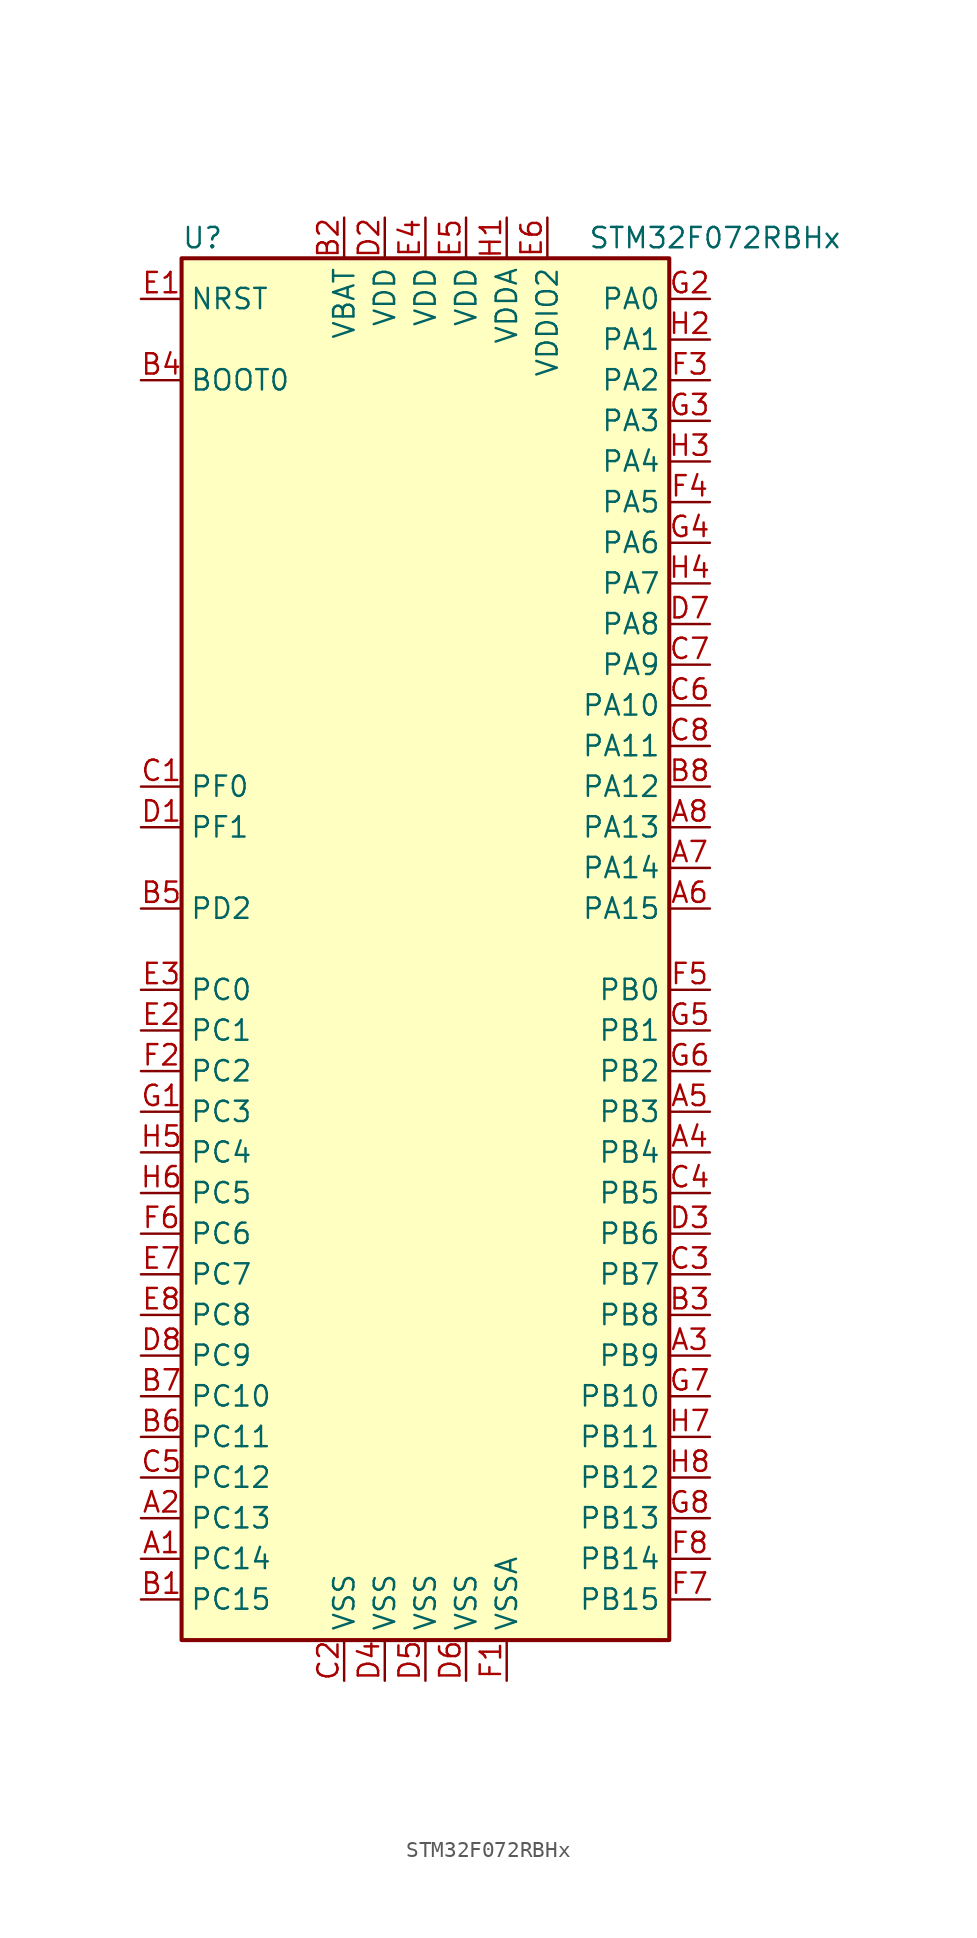
<source format=kicad_sym>
(kicad_symbol_lib
  (version 20201005)
  (generator kicad_symbol_editor)
  (symbol "STM32F072RBHx"
    (property "Reference" "U"
      (at -15.24 44.45 0)
      (effects (font (size 1.27 1.27)) (justify left)))
    (property "Value" "STM32F072RBHx"
      (at 10.16 44.45 0)
      (effects (font (size 1.27 1.27)) (justify left)))
    (symbol "STM32F072RBHx_0_1"
      (rectangle (start -15.24 -43.18) (end 15.24 43.18) (stroke (width 0.254)) (fill (type background))))
    (symbol "STM32F072RBHx_1_1"
      (pin bidirectional line (at -17.78 -38.1 0) (length 2.54) (name "PC14" (effects (font (size 1.27 1.27)))) (number "A1" (effects (font (size 1.27 1.27)))))
      (pin bidirectional line (at -17.78 -35.56 0) (length 2.54) (name "PC13" (effects (font (size 1.27 1.27)))) (number "A2" (effects (font (size 1.27 1.27)))))
      (pin bidirectional line (at 17.78 -25.4 180) (length 2.54) (name "PB9" (effects (font (size 1.27 1.27)))) (number "A3" (effects (font (size 1.27 1.27)))))
      (pin bidirectional line (at 17.78 -12.7 180) (length 2.54) (name "PB4" (effects (font (size 1.27 1.27)))) (number "A4" (effects (font (size 1.27 1.27)))))
      (pin bidirectional line (at 17.78 -10.16 180) (length 2.54) (name "PB3" (effects (font (size 1.27 1.27)))) (number "A5" (effects (font (size 1.27 1.27)))))
      (pin bidirectional line (at 17.78 2.54 180) (length 2.54) (name "PA15" (effects (font (size 1.27 1.27)))) (number "A6" (effects (font (size 1.27 1.27)))))
      (pin bidirectional line (at 17.78 5.08 180) (length 2.54) (name "PA14" (effects (font (size 1.27 1.27)))) (number "A7" (effects (font (size 1.27 1.27)))))
      (pin bidirectional line (at 17.78 7.62 180) (length 2.54) (name "PA13" (effects (font (size 1.27 1.27)))) (number "A8" (effects (font (size 1.27 1.27)))))
      (pin bidirectional line (at -17.78 -40.64 0) (length 2.54) (name "PC15" (effects (font (size 1.27 1.27)))) (number "B1" (effects (font (size 1.27 1.27)))))
      (pin power_in line (at -5.08 45.72 270) (length 2.54) (name "VBAT" (effects (font (size 1.27 1.27)))) (number "B2" (effects (font (size 1.27 1.27)))))
      (pin bidirectional line (at 17.78 -22.86 180) (length 2.54) (name "PB8" (effects (font (size 1.27 1.27)))) (number "B3" (effects (font (size 1.27 1.27)))))
      (pin input line (at -17.78 35.56 0) (length 2.54) (name "BOOT0" (effects (font (size 1.27 1.27)))) (number "B4" (effects (font (size 1.27 1.27)))))
      (pin bidirectional line (at -17.78 2.54 0) (length 2.54) (name "PD2" (effects (font (size 1.27 1.27)))) (number "B5" (effects (font (size 1.27 1.27)))))
      (pin bidirectional line (at -17.78 -30.48 0) (length 2.54) (name "PC11" (effects (font (size 1.27 1.27)))) (number "B6" (effects (font (size 1.27 1.27)))))
      (pin bidirectional line (at -17.78 -27.94 0) (length 2.54) (name "PC10" (effects (font (size 1.27 1.27)))) (number "B7" (effects (font (size 1.27 1.27)))))
      (pin bidirectional line (at 17.78 10.16 180) (length 2.54) (name "PA12" (effects (font (size 1.27 1.27)))) (number "B8" (effects (font (size 1.27 1.27)))))
      (pin input line (at -17.78 10.16 0) (length 2.54) (name "PF0" (effects (font (size 1.27 1.27)))) (number "C1" (effects (font (size 1.27 1.27)))))
      (pin power_in line (at -5.08 -45.72 90) (length 2.54) (name "VSS" (effects (font (size 1.27 1.27)))) (number "C2" (effects (font (size 1.27 1.27)))))
      (pin bidirectional line (at 17.78 -20.32 180) (length 2.54) (name "PB7" (effects (font (size 1.27 1.27)))) (number "C3" (effects (font (size 1.27 1.27)))))
      (pin bidirectional line (at 17.78 -15.24 180) (length 2.54) (name "PB5" (effects (font (size 1.27 1.27)))) (number "C4" (effects (font (size 1.27 1.27)))))
      (pin bidirectional line (at -17.78 -33.02 0) (length 2.54) (name "PC12" (effects (font (size 1.27 1.27)))) (number "C5" (effects (font (size 1.27 1.27)))))
      (pin bidirectional line (at 17.78 15.24 180) (length 2.54) (name "PA10" (effects (font (size 1.27 1.27)))) (number "C6" (effects (font (size 1.27 1.27)))))
      (pin bidirectional line (at 17.78 17.78 180) (length 2.54) (name "PA9" (effects (font (size 1.27 1.27)))) (number "C7" (effects (font (size 1.27 1.27)))))
      (pin bidirectional line (at 17.78 12.7 180) (length 2.54) (name "PA11" (effects (font (size 1.27 1.27)))) (number "C8" (effects (font (size 1.27 1.27)))))
      (pin input line (at -17.78 7.62 0) (length 2.54) (name "PF1" (effects (font (size 1.27 1.27)))) (number "D1" (effects (font (size 1.27 1.27)))))
      (pin power_in line (at -2.54 45.72 270) (length 2.54) (name "VDD" (effects (font (size 1.27 1.27)))) (number "D2" (effects (font (size 1.27 1.27)))))
      (pin bidirectional line (at 17.78 -17.78 180) (length 2.54) (name "PB6" (effects (font (size 1.27 1.27)))) (number "D3" (effects (font (size 1.27 1.27)))))
      (pin power_in line (at -2.54 -45.72 90) (length 2.54) (name "VSS" (effects (font (size 1.27 1.27)))) (number "D4" (effects (font (size 1.27 1.27)))))
      (pin power_in line (at 0 -45.72 90) (length 2.54) (name "VSS" (effects (font (size 1.27 1.27)))) (number "D5" (effects (font (size 1.27 1.27)))))
      (pin power_in line (at 2.54 -45.72 90) (length 2.54) (name "VSS" (effects (font (size 1.27 1.27)))) (number "D6" (effects (font (size 1.27 1.27)))))
      (pin bidirectional line (at 17.78 20.32 180) (length 2.54) (name "PA8" (effects (font (size 1.27 1.27)))) (number "D7" (effects (font (size 1.27 1.27)))))
      (pin bidirectional line (at -17.78 -25.4 0) (length 2.54) (name "PC9" (effects (font (size 1.27 1.27)))) (number "D8" (effects (font (size 1.27 1.27)))))
      (pin input line (at -17.78 40.64 0) (length 2.54) (name "NRST" (effects (font (size 1.27 1.27)))) (number "E1" (effects (font (size 1.27 1.27)))))
      (pin bidirectional line (at -17.78 -5.08 0) (length 2.54) (name "PC1" (effects (font (size 1.27 1.27)))) (number "E2" (effects (font (size 1.27 1.27)))))
      (pin bidirectional line (at -17.78 -2.54 0) (length 2.54) (name "PC0" (effects (font (size 1.27 1.27)))) (number "E3" (effects (font (size 1.27 1.27)))))
      (pin power_in line (at 0 45.72 270) (length 2.54) (name "VDD" (effects (font (size 1.27 1.27)))) (number "E4" (effects (font (size 1.27 1.27)))))
      (pin power_in line (at 2.54 45.72 270) (length 2.54) (name "VDD" (effects (font (size 1.27 1.27)))) (number "E5" (effects (font (size 1.27 1.27)))))
      (pin power_in line (at 7.62 45.72 270) (length 2.54) (name "VDDIO2" (effects (font (size 1.27 1.27)))) (number "E6" (effects (font (size 1.27 1.27)))))
      (pin bidirectional line (at -17.78 -20.32 0) (length 2.54) (name "PC7" (effects (font (size 1.27 1.27)))) (number "E7" (effects (font (size 1.27 1.27)))))
      (pin bidirectional line (at -17.78 -22.86 0) (length 2.54) (name "PC8" (effects (font (size 1.27 1.27)))) (number "E8" (effects (font (size 1.27 1.27)))))
      (pin power_in line (at 5.08 -45.72 90) (length 2.54) (name "VSSA" (effects (font (size 1.27 1.27)))) (number "F1" (effects (font (size 1.27 1.27)))))
      (pin bidirectional line (at -17.78 -7.62 0) (length 2.54) (name "PC2" (effects (font (size 1.27 1.27)))) (number "F2" (effects (font (size 1.27 1.27)))))
      (pin bidirectional line (at 17.78 35.56 180) (length 2.54) (name "PA2" (effects (font (size 1.27 1.27)))) (number "F3" (effects (font (size 1.27 1.27)))))
      (pin bidirectional line (at 17.78 27.94 180) (length 2.54) (name "PA5" (effects (font (size 1.27 1.27)))) (number "F4" (effects (font (size 1.27 1.27)))))
      (pin bidirectional line (at 17.78 -2.54 180) (length 2.54) (name "PB0" (effects (font (size 1.27 1.27)))) (number "F5" (effects (font (size 1.27 1.27)))))
      (pin bidirectional line (at -17.78 -17.78 0) (length 2.54) (name "PC6" (effects (font (size 1.27 1.27)))) (number "F6" (effects (font (size 1.27 1.27)))))
      (pin bidirectional line (at 17.78 -40.64 180) (length 2.54) (name "PB15" (effects (font (size 1.27 1.27)))) (number "F7" (effects (font (size 1.27 1.27)))))
      (pin bidirectional line (at 17.78 -38.1 180) (length 2.54) (name "PB14" (effects (font (size 1.27 1.27)))) (number "F8" (effects (font (size 1.27 1.27)))))
      (pin bidirectional line (at -17.78 -10.16 0) (length 2.54) (name "PC3" (effects (font (size 1.27 1.27)))) (number "G1" (effects (font (size 1.27 1.27)))))
      (pin bidirectional line (at 17.78 40.64 180) (length 2.54) (name "PA0" (effects (font (size 1.27 1.27)))) (number "G2" (effects (font (size 1.27 1.27)))))
      (pin bidirectional line (at 17.78 33.02 180) (length 2.54) (name "PA3" (effects (font (size 1.27 1.27)))) (number "G3" (effects (font (size 1.27 1.27)))))
      (pin bidirectional line (at 17.78 25.4 180) (length 2.54) (name "PA6" (effects (font (size 1.27 1.27)))) (number "G4" (effects (font (size 1.27 1.27)))))
      (pin bidirectional line (at 17.78 -5.08 180) (length 2.54) (name "PB1" (effects (font (size 1.27 1.27)))) (number "G5" (effects (font (size 1.27 1.27)))))
      (pin bidirectional line (at 17.78 -7.62 180) (length 2.54) (name "PB2" (effects (font (size 1.27 1.27)))) (number "G6" (effects (font (size 1.27 1.27)))))
      (pin bidirectional line (at 17.78 -27.94 180) (length 2.54) (name "PB10" (effects (font (size 1.27 1.27)))) (number "G7" (effects (font (size 1.27 1.27)))))
      (pin bidirectional line (at 17.78 -35.56 180) (length 2.54) (name "PB13" (effects (font (size 1.27 1.27)))) (number "G8" (effects (font (size 1.27 1.27)))))
      (pin power_in line (at 5.08 45.72 270) (length 2.54) (name "VDDA" (effects (font (size 1.27 1.27)))) (number "H1" (effects (font (size 1.27 1.27)))))
      (pin bidirectional line (at 17.78 38.1 180) (length 2.54) (name "PA1" (effects (font (size 1.27 1.27)))) (number "H2" (effects (font (size 1.27 1.27)))))
      (pin bidirectional line (at 17.78 30.48 180) (length 2.54) (name "PA4" (effects (font (size 1.27 1.27)))) (number "H3" (effects (font (size 1.27 1.27)))))
      (pin bidirectional line (at 17.78 22.86 180) (length 2.54) (name "PA7" (effects (font (size 1.27 1.27)))) (number "H4" (effects (font (size 1.27 1.27)))))
      (pin bidirectional line (at -17.78 -12.7 0) (length 2.54) (name "PC4" (effects (font (size 1.27 1.27)))) (number "H5" (effects (font (size 1.27 1.27)))))
      (pin bidirectional line (at -17.78 -15.24 0) (length 2.54) (name "PC5" (effects (font (size 1.27 1.27)))) (number "H6" (effects (font (size 1.27 1.27)))))
      (pin bidirectional line (at 17.78 -30.48 180) (length 2.54) (name "PB11" (effects (font (size 1.27 1.27)))) (number "H7" (effects (font (size 1.27 1.27)))))
      (pin bidirectional line (at 17.78 -33.02 180) (length 2.54) (name "PB12" (effects (font (size 1.27 1.27)))) (number "H8" (effects (font (size 1.27 1.27))))))))
</source>
